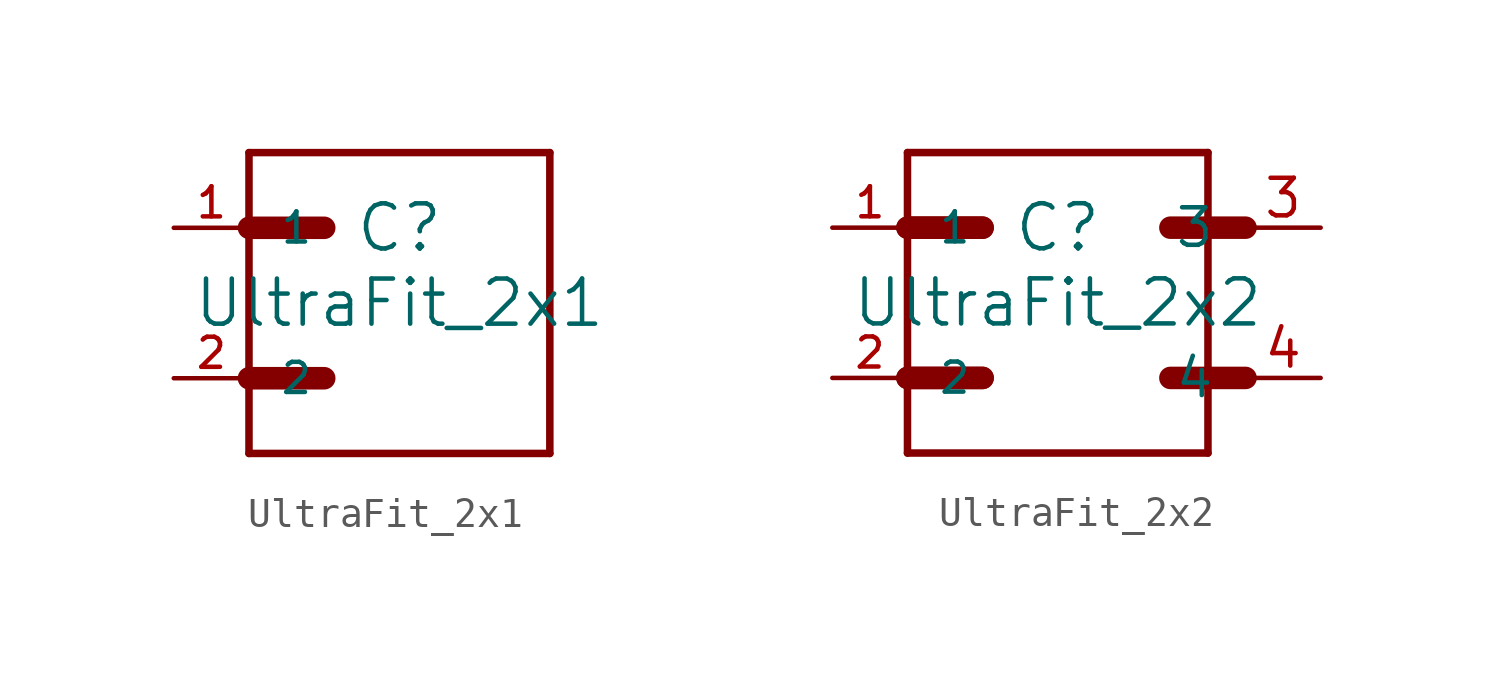
<source format=kicad_sym>
(kicad_symbol_lib
  (version 20211014)
  (generator kicad_symbol_editor)
  (symbol "UltraFit_2x1"
    (pin_names
      (offset 1.016))
    (property "Reference" "C"
      (at 0 2.54 0)
      (effects (font (size 1.524 1.524))))
    (property "Value" "UltraFit_2x1"
      (at 0 0 0)
      (effects (font (size 1.524 1.524))))
    (symbol "UltraFit_2x1_0_0"
      (polyline (pts (xy -5.08 -5.08) (xy 5.08 -5.08)) (stroke (width 0.254) (type default) (color 0 0 0 0)) (fill (type none)))
      (polyline (pts (xy -5.08 -2.54) (xy -5.08 -5.08)) (stroke (width 0.254) (type default) (color 0 0 0 0)) (fill (type none)))
      (polyline (pts (xy -5.08 -2.54) (xy -2.54 -2.54)) (stroke (width 0.762) (type default) (color 0 0 0 0)) (fill (type none)))
      (polyline (pts (xy -5.08 2.54) (xy -5.08 -2.54)) (stroke (width 0.254) (type default) (color 0 0 0 0)) (fill (type none)))
      (polyline (pts (xy -5.08 2.54) (xy -2.54 2.54)) (stroke (width 0.762) (type default) (color 0 0 0 0)) (fill (type none)))
      (polyline (pts (xy -5.08 5.08) (xy -5.08 2.54)) (stroke (width 0.254) (type default) (color 0 0 0 0)) (fill (type none)))
      (polyline (pts (xy 5.08 -5.08) (xy 5.08 5.08)) (stroke (width 0.254) (type default) (color 0 0 0 0)) (fill (type none)))
      (polyline (pts (xy 5.08 5.08) (xy -5.08 5.08)) (stroke (width 0.254) (type default) (color 0 0 0 0)) (fill (type none)))
      (pin passive line (at -7.62 2.54 0) (length 2.54) (name "1" (effects (font (size 1.016 1.016)))) (number "1" (effects (font (size 1.016 1.016)))))
      (pin passive line (at -7.62 -2.54 0) (length 2.54) (name "2" (effects (font (size 1.016 1.016)))) (number "2" (effects (font (size 1.016 1.016)))))))
  (symbol "UltraFit_2x2"
    (pin_names
      (offset 1.016))
    (property "Reference" "C"
      (at 0 2.54 0)
      (effects (font (size 1.524 1.524))))
    (property "Value" "UltraFit_2x2"
      (at 0 0 0)
      (effects (font (size 1.524 1.524))))
    (symbol "UltraFit_2x2_0_0"
      (polyline (pts (xy -5.08 -5.08) (xy 5.08 -5.08)) (stroke (width 0.254) (type default) (color 0 0 0 0)) (fill (type none)))
      (polyline (pts (xy -5.08 -2.54) (xy -5.08 -5.08)) (stroke (width 0.254) (type default) (color 0 0 0 0)) (fill (type none)))
      (polyline (pts (xy -5.08 -2.54) (xy -2.54 -2.54)) (stroke (width 0.762) (type default) (color 0 0 0 0)) (fill (type none)))
      (polyline (pts (xy -5.08 -2.54) (xy -2.54 -2.54)) (stroke (width 0.762) (type default) (color 0 0 0 0)) (fill (type none)))
      (polyline (pts (xy -5.08 2.54) (xy -5.08 -2.54)) (stroke (width 0.254) (type default) (color 0 0 0 0)) (fill (type none)))
      (polyline (pts (xy -5.08 2.54) (xy -2.54 2.54)) (stroke (width 0.762) (type default) (color 0 0 0 0)) (fill (type none)))
      (polyline (pts (xy -5.08 2.54) (xy -2.54 2.54)) (stroke (width 0.762) (type default) (color 0 0 0 0)) (fill (type none)))
      (polyline (pts (xy -5.08 5.08) (xy -5.08 2.54)) (stroke (width 0.254) (type default) (color 0 0 0 0)) (fill (type none)))
      (polyline (pts (xy 5.08 -5.08) (xy 5.08 5.08)) (stroke (width 0.254) (type default) (color 0 0 0 0)) (fill (type none)))
      (polyline (pts (xy 5.08 5.08) (xy -5.08 5.08)) (stroke (width 0.254) (type default) (color 0 0 0 0)) (fill (type none)))
      (pin passive line (at -7.62 2.54 0) (length 2.54) (name "1" (effects (font (size 1.016 1.016)))) (number "1" (effects (font (size 1.016 1.016)))))
      (pin passive line (at -7.62 -2.54 0) (length 2.54) (name "2" (effects (font (size 1.016 1.016)))) (number "2" (effects (font (size 1.016 1.016))))))
    (symbol "UltraFit_2x2_0_1"
      (polyline (pts (xy 6.35 -2.54) (xy 3.81 -2.54)) (stroke (width 0.762) (type default) (color 0 0 0 0)) (fill (type none)))
      (polyline (pts (xy 6.35 2.54) (xy 3.81 2.54)) (stroke (width 0.762) (type default) (color 0 0 0 0)) (fill (type none))))
    (symbol "UltraFit_2x2_1_1"
      (pin input line (at 8.89 2.54 180) (length 2.54) (name "3" (effects (font (size 1.27 1.27)))) (number "3" (effects (font (size 1.27 1.27)))))
      (pin input line (at 8.89 -2.54 180) (length 2.54) (name "4" (effects (font (size 1.27 1.27)))) (number "4" (effects (font (size 1.27 1.27))))))))
</source>
